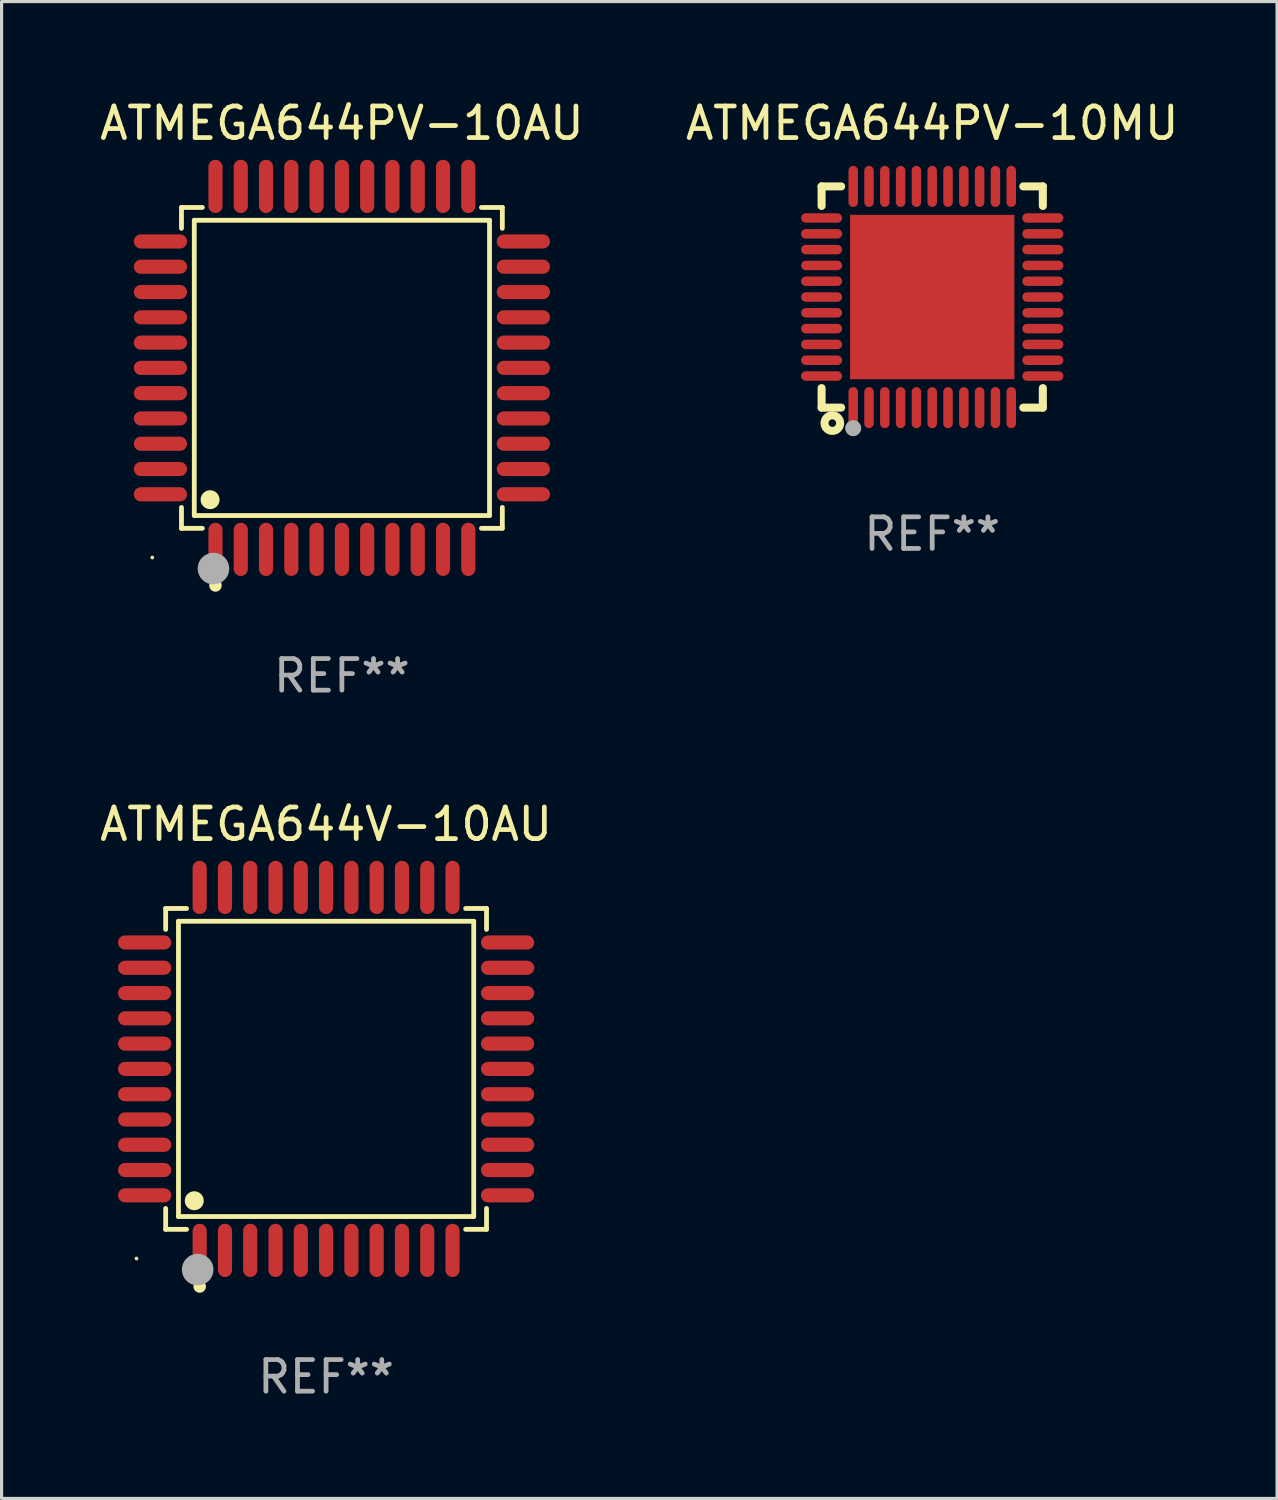
<source format=kicad_pcb>
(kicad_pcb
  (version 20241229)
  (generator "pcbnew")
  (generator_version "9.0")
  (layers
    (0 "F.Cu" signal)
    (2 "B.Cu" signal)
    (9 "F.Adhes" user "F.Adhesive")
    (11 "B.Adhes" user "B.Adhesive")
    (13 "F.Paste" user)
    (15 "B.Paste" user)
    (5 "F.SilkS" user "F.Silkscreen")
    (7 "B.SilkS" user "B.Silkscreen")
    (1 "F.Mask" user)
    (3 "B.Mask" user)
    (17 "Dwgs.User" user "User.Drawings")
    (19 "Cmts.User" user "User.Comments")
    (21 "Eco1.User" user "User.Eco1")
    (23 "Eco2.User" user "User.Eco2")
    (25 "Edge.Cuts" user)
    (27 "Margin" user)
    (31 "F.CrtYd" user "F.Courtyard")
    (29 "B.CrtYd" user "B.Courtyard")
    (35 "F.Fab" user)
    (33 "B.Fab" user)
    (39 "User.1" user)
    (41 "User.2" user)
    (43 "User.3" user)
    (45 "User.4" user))
  (footprint "ATMEGA644PV-10MU"
    (layer "F.Cu")
    (at 26.446 6.348)
    (property "Reference" "ATMEGA644PV-10MU" (at 0 -5.5 0) (layer "F.SilkS") (effects (font (size 1 1) (thickness 0.15))))
    (attr through_hole)
    (fp_line (start -3.5 -3.5) (end -2.881 -3.5) (stroke (width 0.254) (type solid)) (layer "F.SilkS"))
    (fp_line (start -3.5 -2.881) (end -3.5 -3.5) (stroke (width 0.254) (type solid)) (layer "F.SilkS"))
    (fp_line (start -3.5 3.5) (end -3.5 2.881) (stroke (width 0.254) (type solid)) (layer "F.SilkS"))
    (fp_line (start -2.881 3.5) (end -3.5 3.5) (stroke (width 0.254) (type solid)) (layer "F.SilkS"))
    (fp_line (start 2.881 -3.5) (end 3.5 -3.5) (stroke (width 0.254) (type solid)) (layer "F.SilkS"))
    (fp_line (start 3.5 -3.5) (end 3.5 -2.881) (stroke (width 0.254) (type solid)) (layer "F.SilkS"))
    (fp_line (start 3.5 2.881) (end 3.5 3.5) (stroke (width 0.254) (type solid)) (layer "F.SilkS"))
    (fp_line (start 3.5 3.5) (end 2.881 3.5) (stroke (width 0.254) (type solid)) (layer "F.SilkS"))
    (fp_circle (center -3.5 3.5) (end -3.47 3.5) (stroke (width 0.06) (type solid)) (fill no) (layer "F.SilkS"))
    (fp_circle (center -3.16 3.99) (end -3.04 3.99) (stroke (width 0.254) (type solid)) (fill no) (layer "F.SilkS"))
    (fp_circle (center -2.5 4.15) (end -2.373 4.15) (stroke (width 0.254) (type solid)) (fill no) (layer "F.Fab"))
    (fp_text user "REF**" (at 0 7.5 0) (layer "F.Fab") (effects (font (size 1 1) (thickness 0.15))))
    (pad "1" smd oval (at -2.5 3.5 90) (size 1.3 0.3) (layers "F.Cu" "F.Mask" "F.Paste"))
    (pad "2" smd oval (at -2 3.5 90) (size 1.3 0.3) (layers "F.Cu" "F.Mask" "F.Paste"))
    (pad "3" smd oval (at -1.5 3.5 90) (size 1.3 0.3) (layers "F.Cu" "F.Mask" "F.Paste"))
    (pad "4" smd oval (at -1 3.5 90) (size 1.3 0.3) (layers "F.Cu" "F.Mask" "F.Paste"))
    (pad "5" smd oval (at -0.5 3.5 90) (size 1.3 0.3) (layers "F.Cu" "F.Mask" "F.Paste"))
    (pad "6" smd oval (at -0.000127 3.5 90) (size 1.3 0.3) (layers "F.Cu" "F.Mask" "F.Paste"))
    (pad "7" smd oval (at 0.5 3.5 90) (size 1.3 0.3) (layers "F.Cu" "F.Mask" "F.Paste"))
    (pad "8" smd oval (at 1 3.5 90) (size 1.3 0.3) (layers "F.Cu" "F.Mask" "F.Paste"))
    (pad "9" smd oval (at 1.5 3.5 90) (size 1.3 0.3) (layers "F.Cu" "F.Mask" "F.Paste"))
    (pad "10" smd oval (at 2 3.5 90) (size 1.3 0.3) (layers "F.Cu" "F.Mask" "F.Paste"))
    (pad "11" smd oval (at 2.5 3.5 90) (size 1.3 0.3) (layers "F.Cu" "F.Mask" "F.Paste"))
    (pad "12" smd oval (at 3.5 2.5 90) (size 0.3 1.3) (layers "F.Cu" "F.Mask" "F.Paste"))
    (pad "13" smd oval (at 3.5 2 90) (size 0.3 1.3) (layers "F.Cu" "F.Mask" "F.Paste"))
    (pad "14" smd oval (at 3.5 1.5 90) (size 0.3 1.3) (layers "F.Cu" "F.Mask" "F.Paste"))
    (pad "15" smd oval (at 3.5 1 90) (size 0.3 1.3) (layers "F.Cu" "F.Mask" "F.Paste"))
    (pad "16" smd oval (at 3.5 0.5 90) (size 0.3 1.3) (layers "F.Cu" "F.Mask" "F.Paste"))
    (pad "17" smd oval (at 3.5 0.000127 90) (size 0.3 1.3) (layers "F.Cu" "F.Mask" "F.Paste"))
    (pad "18" smd oval (at 3.5 -0.5 90) (size 0.3 1.3) (layers "F.Cu" "F.Mask" "F.Paste"))
    (pad "19" smd oval (at 3.5 -1 90) (size 0.3 1.3) (layers "F.Cu" "F.Mask" "F.Paste"))
    (pad "20" smd oval (at 3.5 -1.5 90) (size 0.3 1.3) (layers "F.Cu" "F.Mask" "F.Paste"))
    (pad "21" smd oval (at 3.5 -2 90) (size 0.3 1.3) (layers "F.Cu" "F.Mask" "F.Paste"))
    (pad "22" smd oval (at 3.5 -2.5 90) (size 0.3 1.3) (layers "F.Cu" "F.Mask" "F.Paste"))
    (pad "23" smd oval (at 2.5 -3.5 90) (size 1.3 0.3) (layers "F.Cu" "F.Mask" "F.Paste"))
    (pad "24" smd oval (at 2 -3.5 90) (size 1.3 0.3) (layers "F.Cu" "F.Mask" "F.Paste"))
    (pad "25" smd oval (at 1.5 -3.5 90) (size 1.3 0.3) (layers "F.Cu" "F.Mask" "F.Paste"))
    (pad "26" smd oval (at 1 -3.5 90) (size 1.3 0.3) (layers "F.Cu" "F.Mask" "F.Paste"))
    (pad "27" smd oval (at 0.5 -3.5 90) (size 1.3 0.3) (layers "F.Cu" "F.Mask" "F.Paste"))
    (pad "28" smd oval (at -0.000127 -3.5 90) (size 1.3 0.3) (layers "F.Cu" "F.Mask" "F.Paste"))
    (pad "29" smd oval (at -0.5 -3.5 90) (size 1.3 0.3) (layers "F.Cu" "F.Mask" "F.Paste"))
    (pad "30" smd oval (at -1 -3.5 90) (size 1.3 0.3) (layers "F.Cu" "F.Mask" "F.Paste"))
    (pad "31" smd oval (at -1.5 -3.5 90) (size 1.3 0.3) (layers "F.Cu" "F.Mask" "F.Paste"))
    (pad "32" smd oval (at -2 -3.5 90) (size 1.3 0.3) (layers "F.Cu" "F.Mask" "F.Paste"))
    (pad "33" smd oval (at -2.5 -3.5 90) (size 1.3 0.3) (layers "F.Cu" "F.Mask" "F.Paste"))
    (pad "34" smd oval (at -3.5 -2.5 90) (size 0.3 1.3) (layers "F.Cu" "F.Mask" "F.Paste"))
    (pad "35" smd oval (at -3.5 -2 90) (size 0.3 1.3) (layers "F.Cu" "F.Mask" "F.Paste"))
    (pad "36" smd oval (at -3.5 -1.5 90) (size 0.3 1.3) (layers "F.Cu" "F.Mask" "F.Paste"))
    (pad "37" smd oval (at -3.5 -1 90) (size 0.3 1.3) (layers "F.Cu" "F.Mask" "F.Paste"))
    (pad "38" smd oval (at -3.5 -0.5 90) (size 0.3 1.3) (layers "F.Cu" "F.Mask" "F.Paste"))
    (pad "39" smd oval (at -3.5 0.000127 90) (size 0.3 1.3) (layers "F.Cu" "F.Mask" "F.Paste"))
    (pad "40" smd oval (at -3.5 0.5 90) (size 0.3 1.3) (layers "F.Cu" "F.Mask" "F.Paste"))
    (pad "41" smd oval (at -3.5 1 90) (size 0.3 1.3) (layers "F.Cu" "F.Mask" "F.Paste"))
    (pad "42" smd oval (at -3.5 1.5 90) (size 0.3 1.3) (layers "F.Cu" "F.Mask" "F.Paste"))
    (pad "43" smd oval (at -3.5 2 90) (size 0.3 1.3) (layers "F.Cu" "F.Mask" "F.Paste"))
    (pad "44" smd oval (at -3.5 2.5 90) (size 0.3 1.3) (layers "F.Cu" "F.Mask" "F.Paste"))
    (pad "45" smd rect (at -0.000127 0.000127 90) (size 5.2 5.2) (layers "F.Cu" "F.Mask" "F.Paste")))
  (footprint "ATMEGA644PV-10AU"
    (layer "F.Cu")
    (at 7.768 8.59)
    (property "Reference" "ATMEGA644PV-10AU" (at 0 -7.742 0) (layer "F.SilkS") (effects (font (size 1 1) (thickness 0.15))))
    (attr through_hole)
    (fp_line (start -5.076 -5.076) (end -4.415 -5.076) (stroke (width 0.152) (type solid)) (layer "F.SilkS"))
    (fp_line (start -5.076 -4.415) (end -5.076 -5.076) (stroke (width 0.152) (type solid)) (layer "F.SilkS"))
    (fp_line (start -5.076 4.415) (end -5.076 5.076) (stroke (width 0.152) (type solid)) (layer "F.SilkS"))
    (fp_line (start -5.076 5.076) (end -4.415 5.076) (stroke (width 0.152) (type solid)) (layer "F.SilkS"))
    (fp_line (start -4.671 -4.671) (end 4.671 -4.671) (stroke (width 0.152) (type solid)) (layer "F.SilkS"))
    (fp_line (start -4.671 4.671) (end -4.671 -4.671) (stroke (width 0.152) (type solid)) (layer "F.SilkS"))
    (fp_line (start 4.671 -4.671) (end 4.671 4.671) (stroke (width 0.152) (type solid)) (layer "F.SilkS"))
    (fp_line (start 4.671 4.671) (end -4.671 4.671) (stroke (width 0.152) (type solid)) (layer "F.SilkS"))
    (fp_line (start 5.076 -5.076) (end 4.415 -5.076) (stroke (width 0.152) (type solid)) (layer "F.SilkS"))
    (fp_line (start 5.076 -4.415) (end 5.076 -5.076) (stroke (width 0.152) (type solid)) (layer "F.SilkS"))
    (fp_line (start 5.076 4.415) (end 5.076 5.076) (stroke (width 0.152) (type solid)) (layer "F.SilkS"))
    (fp_line (start 5.076 5.076) (end 4.415 5.076) (stroke (width 0.152) (type solid)) (layer "F.SilkS"))
    (fp_circle (center -6 6) (end -5.97 6) (stroke (width 0.06) (type solid)) (fill no) (layer "F.SilkS"))
    (fp_circle (center -4.171 4.171) (end -4.021 4.171) (stroke (width 0.3) (type solid)) (fill no) (layer "F.SilkS"))
    (fp_circle (center -4 6.884) (end -3.9 6.884) (stroke (width 0.2) (type solid)) (fill no) (layer "F.SilkS"))
    (fp_circle (center -4.064 6.35) (end -3.814 6.35) (stroke (width 0.5) (type solid)) (fill no) (layer "F.Fab"))
    (fp_text user "REF**" (at 0 9.742 0) (layer "F.Fab") (effects (font (size 1 1) (thickness 0.15))))
    (pad "1" smd oval (at -4 5.742) (size 0.448 1.684) (layers "F.Cu" "F.Mask" "F.Paste"))
    (pad "2" smd oval (at -3.2 5.742) (size 0.448 1.684) (layers "F.Cu" "F.Mask" "F.Paste"))
    (pad "3" smd oval (at -2.4 5.742) (size 0.448 1.684) (layers "F.Cu" "F.Mask" "F.Paste"))
    (pad "4" smd oval (at -1.6 5.742) (size 0.448 1.684) (layers "F.Cu" "F.Mask" "F.Paste"))
    (pad "5" smd oval (at -0.8 5.742) (size 0.448 1.684) (layers "F.Cu" "F.Mask" "F.Paste"))
    (pad "6" smd oval (at 0 5.742) (size 0.448 1.684) (layers "F.Cu" "F.Mask" "F.Paste"))
    (pad "7" smd oval (at 0.8 5.742) (size 0.448 1.684) (layers "F.Cu" "F.Mask" "F.Paste"))
    (pad "8" smd oval (at 1.6 5.742) (size 0.448 1.684) (layers "F.Cu" "F.Mask" "F.Paste"))
    (pad "9" smd oval (at 2.4 5.742) (size 0.448 1.684) (layers "F.Cu" "F.Mask" "F.Paste"))
    (pad "10" smd oval (at 3.2 5.742) (size 0.448 1.684) (layers "F.Cu" "F.Mask" "F.Paste"))
    (pad "11" smd oval (at 4 5.742) (size 0.448 1.684) (layers "F.Cu" "F.Mask" "F.Paste"))
    (pad "12" smd oval (at 5.742 4) (size 1.684 0.448) (layers "F.Cu" "F.Mask" "F.Paste"))
    (pad "13" smd oval (at 5.742 3.2) (size 1.684 0.448) (layers "F.Cu" "F.Mask" "F.Paste"))
    (pad "14" smd oval (at 5.742 2.4) (size 1.684 0.448) (layers "F.Cu" "F.Mask" "F.Paste"))
    (pad "15" smd oval (at 5.742 1.6) (size 1.684 0.448) (layers "F.Cu" "F.Mask" "F.Paste"))
    (pad "16" smd oval (at 5.742 0.8) (size 1.684 0.448) (layers "F.Cu" "F.Mask" "F.Paste"))
    (pad "17" smd oval (at 5.742 0) (size 1.684 0.448) (layers "F.Cu" "F.Mask" "F.Paste"))
    (pad "18" smd oval (at 5.742 -0.8) (size 1.684 0.448) (layers "F.Cu" "F.Mask" "F.Paste"))
    (pad "19" smd oval (at 5.742 -1.6) (size 1.684 0.448) (layers "F.Cu" "F.Mask" "F.Paste"))
    (pad "20" smd oval (at 5.742 -2.4) (size 1.684 0.448) (layers "F.Cu" "F.Mask" "F.Paste"))
    (pad "21" smd oval (at 5.742 -3.2) (size 1.684 0.448) (layers "F.Cu" "F.Mask" "F.Paste"))
    (pad "22" smd oval (at 5.742 -4) (size 1.684 0.448) (layers "F.Cu" "F.Mask" "F.Paste"))
    (pad "23" smd oval (at 4 -5.742) (size 0.448 1.684) (layers "F.Cu" "F.Mask" "F.Paste"))
    (pad "24" smd oval (at 3.2 -5.742) (size 0.448 1.684) (layers "F.Cu" "F.Mask" "F.Paste"))
    (pad "25" smd oval (at 2.4 -5.742) (size 0.448 1.684) (layers "F.Cu" "F.Mask" "F.Paste"))
    (pad "26" smd oval (at 1.6 -5.742) (size 0.448 1.684) (layers "F.Cu" "F.Mask" "F.Paste"))
    (pad "27" smd oval (at 0.8 -5.742) (size 0.448 1.684) (layers "F.Cu" "F.Mask" "F.Paste"))
    (pad "28" smd oval (at 0 -5.742) (size 0.448 1.684) (layers "F.Cu" "F.Mask" "F.Paste"))
    (pad "29" smd oval (at -0.8 -5.742) (size 0.448 1.684) (layers "F.Cu" "F.Mask" "F.Paste"))
    (pad "30" smd oval (at -1.6 -5.742) (size 0.448 1.684) (layers "F.Cu" "F.Mask" "F.Paste"))
    (pad "31" smd oval (at -2.4 -5.742) (size 0.448 1.684) (layers "F.Cu" "F.Mask" "F.Paste"))
    (pad "32" smd oval (at -3.2 -5.742) (size 0.448 1.684) (layers "F.Cu" "F.Mask" "F.Paste"))
    (pad "33" smd oval (at -4 -5.742) (size 0.448 1.684) (layers "F.Cu" "F.Mask" "F.Paste"))
    (pad "34" smd oval (at -5.742 -4) (size 1.684 0.448) (layers "F.Cu" "F.Mask" "F.Paste"))
    (pad "35" smd oval (at -5.742 -3.2) (size 1.684 0.448) (layers "F.Cu" "F.Mask" "F.Paste"))
    (pad "36" smd oval (at -5.742 -2.4) (size 1.684 0.448) (layers "F.Cu" "F.Mask" "F.Paste"))
    (pad "37" smd oval (at -5.742 -1.6) (size 1.684 0.448) (layers "F.Cu" "F.Mask" "F.Paste"))
    (pad "38" smd oval (at -5.742 -0.8) (size 1.684 0.448) (layers "F.Cu" "F.Mask" "F.Paste"))
    (pad "39" smd oval (at -5.742 0) (size 1.684 0.448) (layers "F.Cu" "F.Mask" "F.Paste"))
    (pad "40" smd oval (at -5.742 0.8) (size 1.684 0.448) (layers "F.Cu" "F.Mask" "F.Paste"))
    (pad "41" smd oval (at -5.742 1.6) (size 1.684 0.448) (layers "F.Cu" "F.Mask" "F.Paste"))
    (pad "42" smd oval (at -5.742 2.4) (size 1.684 0.448) (layers "F.Cu" "F.Mask" "F.Paste"))
    (pad "43" smd oval (at -5.742 3.2) (size 1.684 0.448) (layers "F.Cu" "F.Mask" "F.Paste"))
    (pad "44" smd oval (at -5.742 4) (size 1.684 0.448) (layers "F.Cu" "F.Mask" "F.Paste")))
  (footprint "ATMEGA644V-10AU"
    (layer "F.Cu")
    (at 7.268 30.771)
    (property "Reference" "ATMEGA644V-10AU" (at 0 -7.742 0) (layer "F.SilkS") (effects (font (size 1 1) (thickness 0.15))))
    (attr through_hole)
    (fp_line (start -5.076 -5.076) (end -4.415 -5.076) (stroke (width 0.152) (type solid)) (layer "F.SilkS"))
    (fp_line (start -5.076 -4.415) (end -5.076 -5.076) (stroke (width 0.152) (type solid)) (layer "F.SilkS"))
    (fp_line (start -5.076 4.415) (end -5.076 5.076) (stroke (width 0.152) (type solid)) (layer "F.SilkS"))
    (fp_line (start -5.076 5.076) (end -4.415 5.076) (stroke (width 0.152) (type solid)) (layer "F.SilkS"))
    (fp_line (start -4.671 -4.671) (end 4.671 -4.671) (stroke (width 0.152) (type solid)) (layer "F.SilkS"))
    (fp_line (start -4.671 4.671) (end -4.671 -4.671) (stroke (width 0.152) (type solid)) (layer "F.SilkS"))
    (fp_line (start 4.671 -4.671) (end 4.671 4.671) (stroke (width 0.152) (type solid)) (layer "F.SilkS"))
    (fp_line (start 4.671 4.671) (end -4.671 4.671) (stroke (width 0.152) (type solid)) (layer "F.SilkS"))
    (fp_line (start 5.076 -5.076) (end 4.415 -5.076) (stroke (width 0.152) (type solid)) (layer "F.SilkS"))
    (fp_line (start 5.076 -4.415) (end 5.076 -5.076) (stroke (width 0.152) (type solid)) (layer "F.SilkS"))
    (fp_line (start 5.076 4.415) (end 5.076 5.076) (stroke (width 0.152) (type solid)) (layer "F.SilkS"))
    (fp_line (start 5.076 5.076) (end 4.415 5.076) (stroke (width 0.152) (type solid)) (layer "F.SilkS"))
    (fp_circle (center -6 6) (end -5.97 6) (stroke (width 0.06) (type solid)) (fill no) (layer "F.SilkS"))
    (fp_circle (center -4.171 4.171) (end -4.021 4.171) (stroke (width 0.3) (type solid)) (fill no) (layer "F.SilkS"))
    (fp_circle (center -4 6.884) (end -3.9 6.884) (stroke (width 0.2) (type solid)) (fill no) (layer "F.SilkS"))
    (fp_circle (center -4.064 6.35) (end -3.814 6.35) (stroke (width 0.5) (type solid)) (fill no) (layer "F.Fab"))
    (fp_text user "REF**" (at 0 9.742 0) (layer "F.Fab") (effects (font (size 1 1) (thickness 0.15))))
    (pad "1" smd oval (at -4 5.742) (size 0.448 1.684) (layers "F.Cu" "F.Mask" "F.Paste"))
    (pad "2" smd oval (at -3.2 5.742) (size 0.448 1.684) (layers "F.Cu" "F.Mask" "F.Paste"))
    (pad "3" smd oval (at -2.4 5.742) (size 0.448 1.684) (layers "F.Cu" "F.Mask" "F.Paste"))
    (pad "4" smd oval (at -1.6 5.742) (size 0.448 1.684) (layers "F.Cu" "F.Mask" "F.Paste"))
    (pad "5" smd oval (at -0.8 5.742) (size 0.448 1.684) (layers "F.Cu" "F.Mask" "F.Paste"))
    (pad "6" smd oval (at 0 5.742) (size 0.448 1.684) (layers "F.Cu" "F.Mask" "F.Paste"))
    (pad "7" smd oval (at 0.8 5.742) (size 0.448 1.684) (layers "F.Cu" "F.Mask" "F.Paste"))
    (pad "8" smd oval (at 1.6 5.742) (size 0.448 1.684) (layers "F.Cu" "F.Mask" "F.Paste"))
    (pad "9" smd oval (at 2.4 5.742) (size 0.448 1.684) (layers "F.Cu" "F.Mask" "F.Paste"))
    (pad "10" smd oval (at 3.2 5.742) (size 0.448 1.684) (layers "F.Cu" "F.Mask" "F.Paste"))
    (pad "11" smd oval (at 4 5.742) (size 0.448 1.684) (layers "F.Cu" "F.Mask" "F.Paste"))
    (pad "12" smd oval (at 5.742 4) (size 1.684 0.448) (layers "F.Cu" "F.Mask" "F.Paste"))
    (pad "13" smd oval (at 5.742 3.2) (size 1.684 0.448) (layers "F.Cu" "F.Mask" "F.Paste"))
    (pad "14" smd oval (at 5.742 2.4) (size 1.684 0.448) (layers "F.Cu" "F.Mask" "F.Paste"))
    (pad "15" smd oval (at 5.742 1.6) (size 1.684 0.448) (layers "F.Cu" "F.Mask" "F.Paste"))
    (pad "16" smd oval (at 5.742 0.8) (size 1.684 0.448) (layers "F.Cu" "F.Mask" "F.Paste"))
    (pad "17" smd oval (at 5.742 0) (size 1.684 0.448) (layers "F.Cu" "F.Mask" "F.Paste"))
    (pad "18" smd oval (at 5.742 -0.8) (size 1.684 0.448) (layers "F.Cu" "F.Mask" "F.Paste"))
    (pad "19" smd oval (at 5.742 -1.6) (size 1.684 0.448) (layers "F.Cu" "F.Mask" "F.Paste"))
    (pad "20" smd oval (at 5.742 -2.4) (size 1.684 0.448) (layers "F.Cu" "F.Mask" "F.Paste"))
    (pad "21" smd oval (at 5.742 -3.2) (size 1.684 0.448) (layers "F.Cu" "F.Mask" "F.Paste"))
    (pad "22" smd oval (at 5.742 -4) (size 1.684 0.448) (layers "F.Cu" "F.Mask" "F.Paste"))
    (pad "23" smd oval (at 4 -5.742) (size 0.448 1.684) (layers "F.Cu" "F.Mask" "F.Paste"))
    (pad "24" smd oval (at 3.2 -5.742) (size 0.448 1.684) (layers "F.Cu" "F.Mask" "F.Paste"))
    (pad "25" smd oval (at 2.4 -5.742) (size 0.448 1.684) (layers "F.Cu" "F.Mask" "F.Paste"))
    (pad "26" smd oval (at 1.6 -5.742) (size 0.448 1.684) (layers "F.Cu" "F.Mask" "F.Paste"))
    (pad "27" smd oval (at 0.8 -5.742) (size 0.448 1.684) (layers "F.Cu" "F.Mask" "F.Paste"))
    (pad "28" smd oval (at 0 -5.742) (size 0.448 1.684) (layers "F.Cu" "F.Mask" "F.Paste"))
    (pad "29" smd oval (at -0.8 -5.742) (size 0.448 1.684) (layers "F.Cu" "F.Mask" "F.Paste"))
    (pad "30" smd oval (at -1.6 -5.742) (size 0.448 1.684) (layers "F.Cu" "F.Mask" "F.Paste"))
    (pad "31" smd oval (at -2.4 -5.742) (size 0.448 1.684) (layers "F.Cu" "F.Mask" "F.Paste"))
    (pad "32" smd oval (at -3.2 -5.742) (size 0.448 1.684) (layers "F.Cu" "F.Mask" "F.Paste"))
    (pad "33" smd oval (at -4 -5.742) (size 0.448 1.684) (layers "F.Cu" "F.Mask" "F.Paste"))
    (pad "34" smd oval (at -5.742 -4) (size 1.684 0.448) (layers "F.Cu" "F.Mask" "F.Paste"))
    (pad "35" smd oval (at -5.742 -3.2) (size 1.684 0.448) (layers "F.Cu" "F.Mask" "F.Paste"))
    (pad "36" smd oval (at -5.742 -2.4) (size 1.684 0.448) (layers "F.Cu" "F.Mask" "F.Paste"))
    (pad "37" smd oval (at -5.742 -1.6) (size 1.684 0.448) (layers "F.Cu" "F.Mask" "F.Paste"))
    (pad "38" smd oval (at -5.742 -0.8) (size 1.684 0.448) (layers "F.Cu" "F.Mask" "F.Paste"))
    (pad "39" smd oval (at -5.742 0) (size 1.684 0.448) (layers "F.Cu" "F.Mask" "F.Paste"))
    (pad "40" smd oval (at -5.742 0.8) (size 1.684 0.448) (layers "F.Cu" "F.Mask" "F.Paste"))
    (pad "41" smd oval (at -5.742 1.6) (size 1.684 0.448) (layers "F.Cu" "F.Mask" "F.Paste"))
    (pad "42" smd oval (at -5.742 2.4) (size 1.684 0.448) (layers "F.Cu" "F.Mask" "F.Paste"))
    (pad "43" smd oval (at -5.742 3.2) (size 1.684 0.448) (layers "F.Cu" "F.Mask" "F.Paste"))
    (pad "44" smd oval (at -5.742 4) (size 1.684 0.448) (layers "F.Cu" "F.Mask" "F.Paste")))
  (gr_rect
    (start -3 -3)
    (end 37.357 44.361)
    (stroke (width 0.1) (type default))
    (fill no)
    (layer "Edge.Cuts")))
</source>
